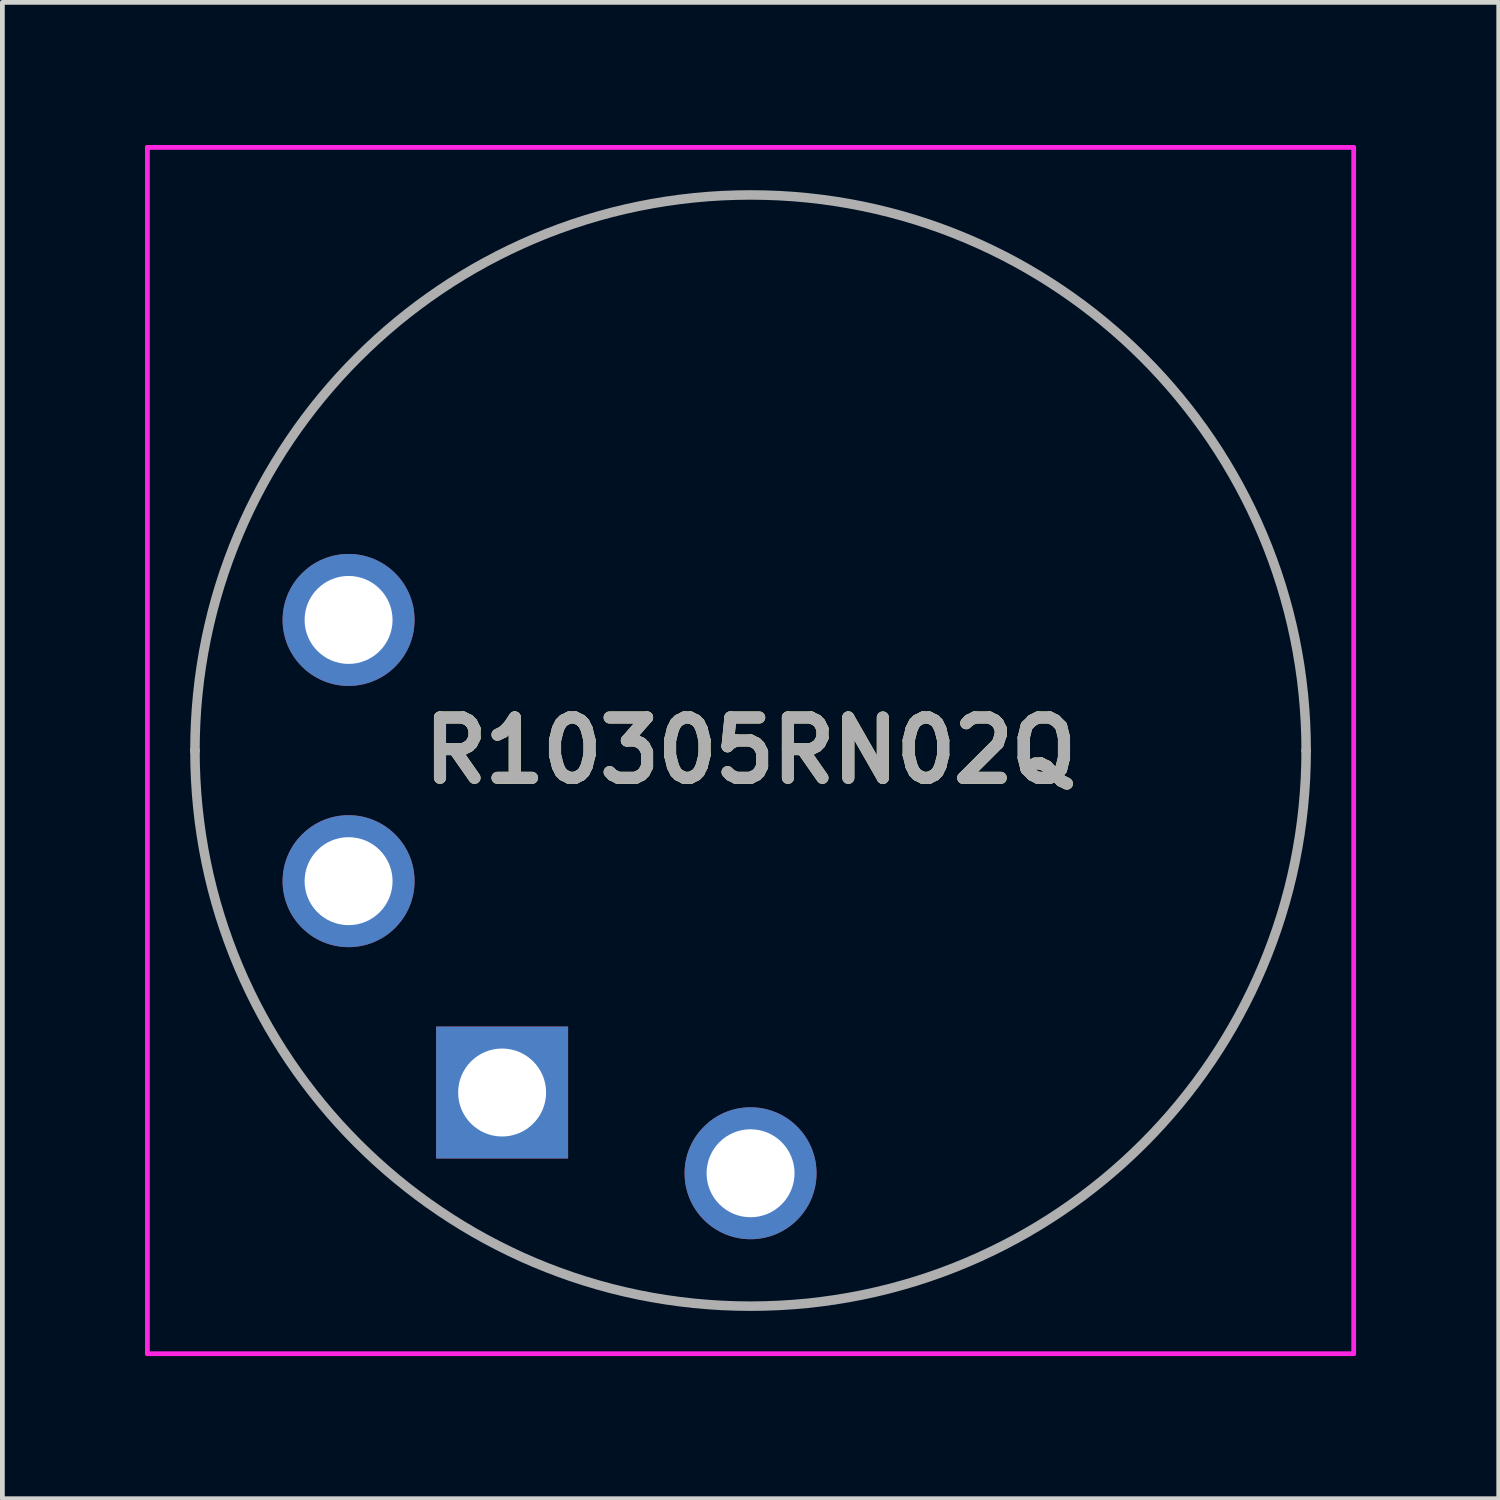
<source format=kicad_pcb>
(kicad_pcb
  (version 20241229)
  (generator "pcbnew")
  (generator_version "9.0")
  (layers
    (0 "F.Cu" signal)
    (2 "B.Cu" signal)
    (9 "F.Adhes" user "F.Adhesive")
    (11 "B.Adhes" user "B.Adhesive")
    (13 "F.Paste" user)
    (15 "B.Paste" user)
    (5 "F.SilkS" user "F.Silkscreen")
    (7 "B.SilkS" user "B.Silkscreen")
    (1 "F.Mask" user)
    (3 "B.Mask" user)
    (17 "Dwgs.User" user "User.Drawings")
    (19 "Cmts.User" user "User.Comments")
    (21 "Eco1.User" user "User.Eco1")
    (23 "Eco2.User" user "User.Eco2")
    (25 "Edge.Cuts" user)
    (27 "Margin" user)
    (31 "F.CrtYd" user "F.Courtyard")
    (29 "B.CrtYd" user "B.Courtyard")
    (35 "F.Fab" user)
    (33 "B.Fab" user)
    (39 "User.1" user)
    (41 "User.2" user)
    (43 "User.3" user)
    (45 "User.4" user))
  (footprint "R10305RN02Q"
    (layer "F.Cu")
    (at 7.51 19.927)
    (property "Reference" "R10305RN02Q" (at 5.225 -7.192 0) (layer "F.SilkS") (effects (font (size 1.27 1.27) (thickness 0.254))))
    (attr through_hole)
    (fp_line (start -6.46 -7.192) (end -6.46 -7.192) (stroke (width 0.1) (type solid)) (layer "F.SilkS"))
    (fp_line (start 16.91 -7.192) (end 16.91 -7.192) (stroke (width 0.1) (type solid)) (layer "F.SilkS"))
    (fp_arc (start -6.46 -7.192) (mid 5.225 -18.877) (end 16.91 -7.192) (stroke (width 0.1) (type solid)) (layer "F.SilkS"))
    (fp_arc (start 16.91 -7.192) (mid 5.225 4.493) (end -6.46 -7.192) (stroke (width 0.1) (type solid)) (layer "F.SilkS"))
    (fp_line (start -7.46 -19.877) (end 17.91 -19.877) (stroke (width 0.1) (type solid)) (layer "F.CrtYd"))
    (fp_line (start -7.46 5.493) (end -7.46 -19.877) (stroke (width 0.1) (type solid)) (layer "F.CrtYd"))
    (fp_line (start 17.91 -19.877) (end 17.91 5.493) (stroke (width 0.1) (type solid)) (layer "F.CrtYd"))
    (fp_line (start 17.91 5.493) (end -7.46 5.493) (stroke (width 0.1) (type solid)) (layer "F.CrtYd"))
    (fp_line (start -6.46 -7.192) (end -6.46 -7.192) (stroke (width 0.2) (type solid)) (layer "F.Fab"))
    (fp_line (start 16.91 -7.192) (end 16.91 -7.192) (stroke (width 0.2) (type solid)) (layer "F.Fab"))
    (fp_arc (start -6.46 -7.192) (mid 5.225 -18.877) (end 16.91 -7.192) (stroke (width 0.2) (type solid)) (layer "F.Fab"))
    (fp_arc (start 16.91 -7.192) (mid 5.225 4.493) (end -6.46 -7.192) (stroke (width 0.2) (type solid)) (layer "F.Fab"))
    (fp_text user "${REFERENCE}" (at 5.225 -7.192 0) (layer "F.Fab") (effects (font (size 1.27 1.27) (thickness 0.254))))
    (pad "1" thru_hole rect (at 0 0) (size 2.775 2.775) (drill 1.85) (layers "*.Cu" "*.Mask"))
    (pad "2" thru_hole circle (at -3.229 -4.445) (size 2.775 2.775) (drill 1.85) (layers "*.Cu" "*.Mask"))
    (pad "3" thru_hole circle (at -3.229 -9.939) (size 2.775 2.775) (drill 1.85) (layers "*.Cu" "*.Mask"))
    (pad "10" thru_hole circle (at 5.225 1.698) (size 2.775 2.775) (drill 1.85) (layers "*.Cu" "*.Mask")))
  (gr_rect
    (start -3 -3)
    (end 28.47 28.47)
    (stroke (width 0.1) (type default))
    (fill no)
    (layer "Edge.Cuts")))
</source>
